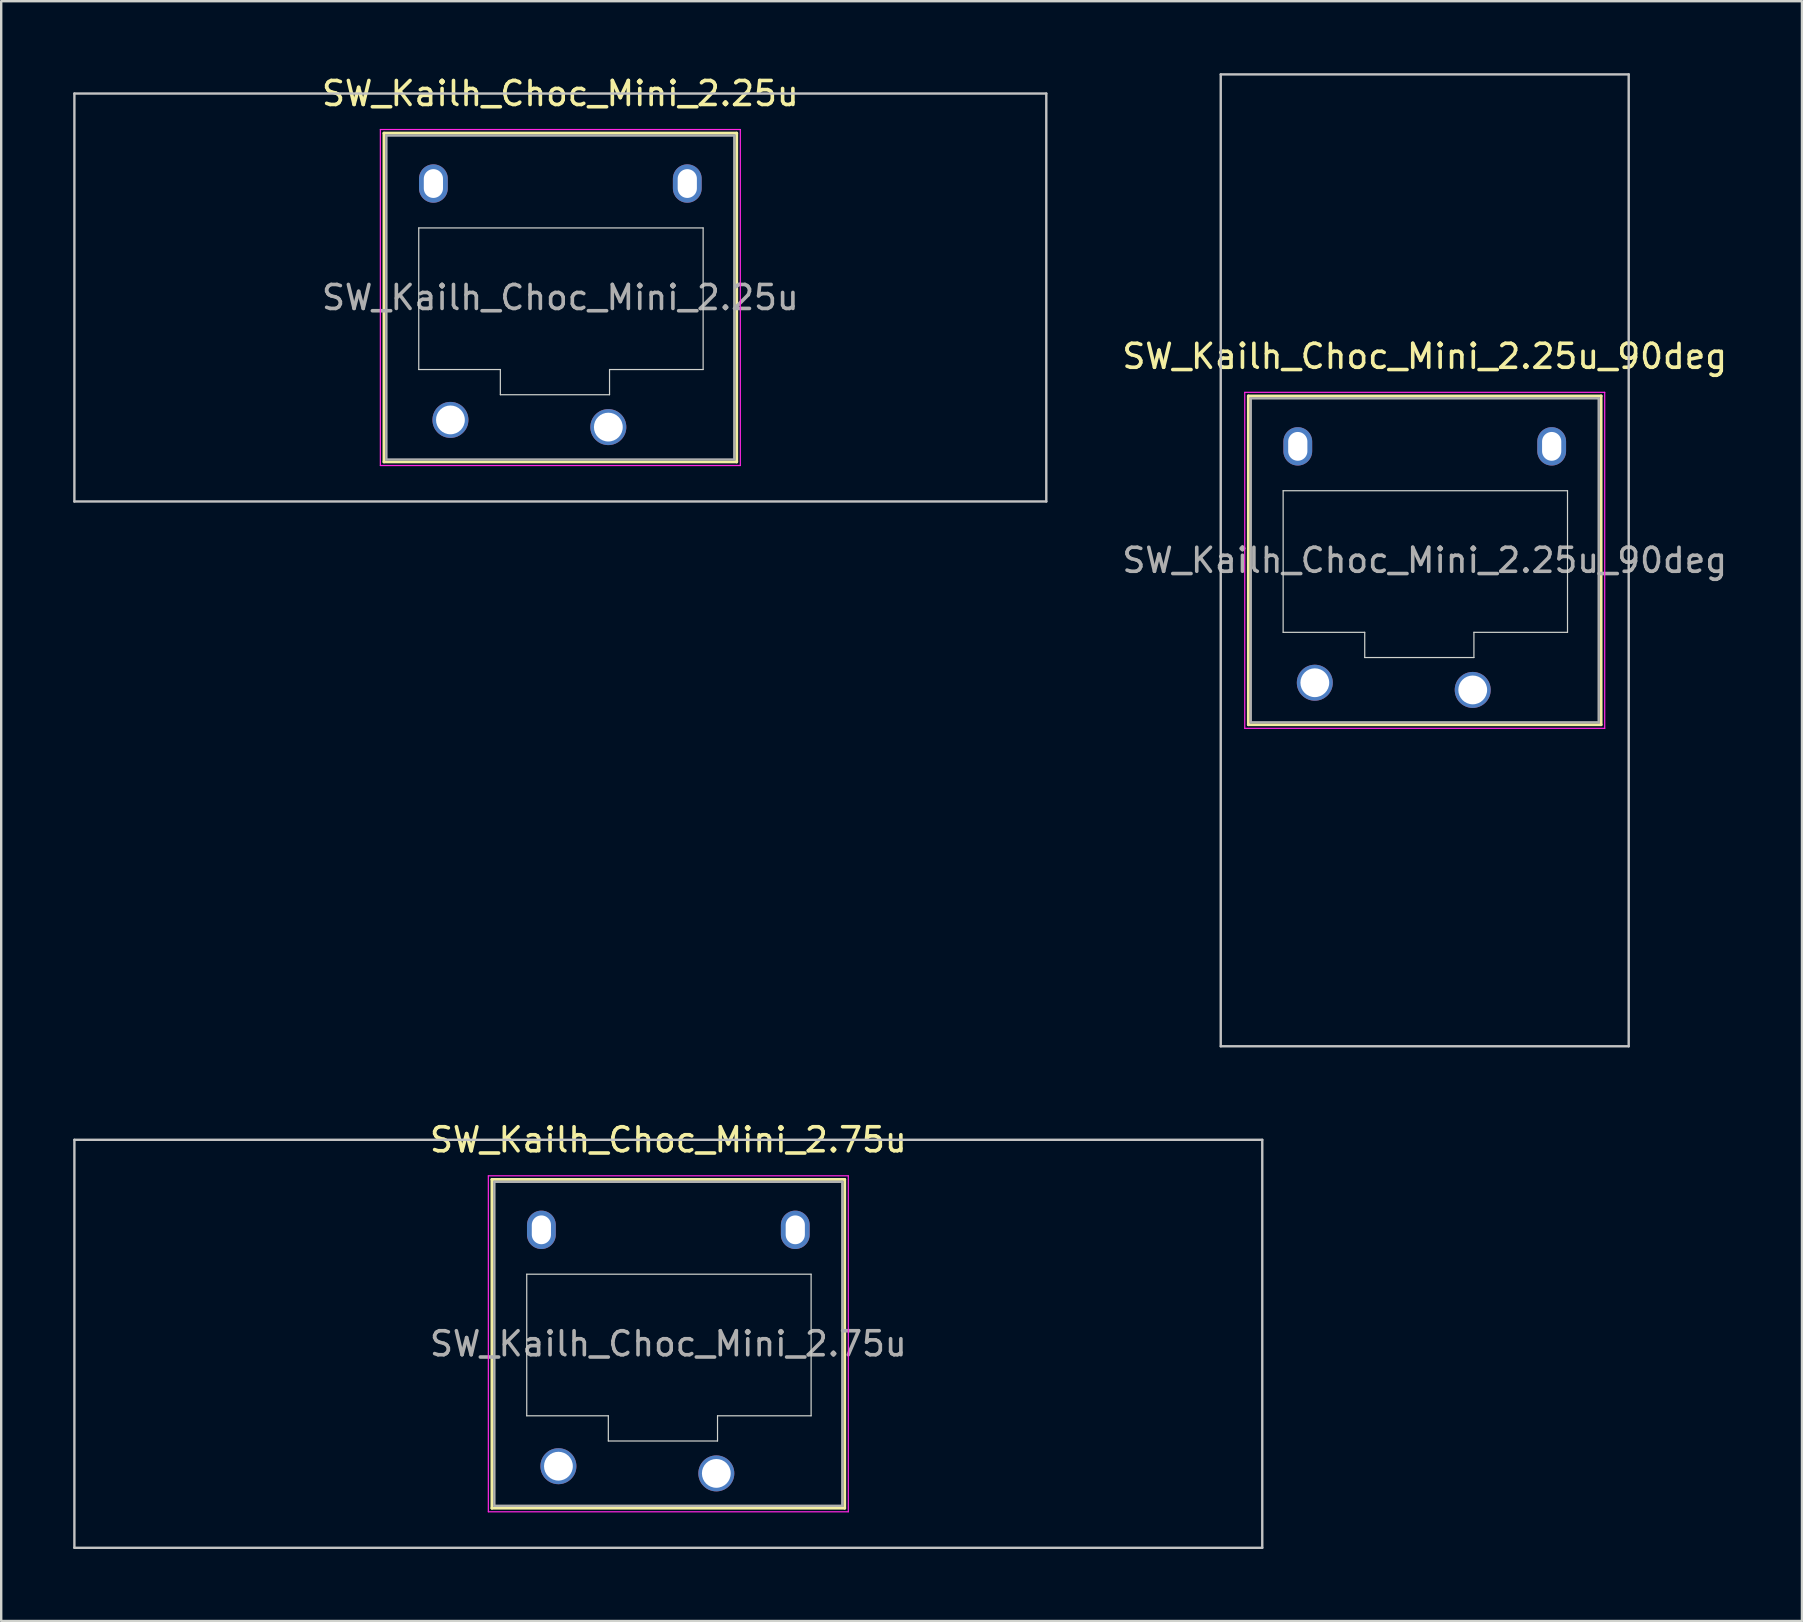
<source format=kicad_pcb>
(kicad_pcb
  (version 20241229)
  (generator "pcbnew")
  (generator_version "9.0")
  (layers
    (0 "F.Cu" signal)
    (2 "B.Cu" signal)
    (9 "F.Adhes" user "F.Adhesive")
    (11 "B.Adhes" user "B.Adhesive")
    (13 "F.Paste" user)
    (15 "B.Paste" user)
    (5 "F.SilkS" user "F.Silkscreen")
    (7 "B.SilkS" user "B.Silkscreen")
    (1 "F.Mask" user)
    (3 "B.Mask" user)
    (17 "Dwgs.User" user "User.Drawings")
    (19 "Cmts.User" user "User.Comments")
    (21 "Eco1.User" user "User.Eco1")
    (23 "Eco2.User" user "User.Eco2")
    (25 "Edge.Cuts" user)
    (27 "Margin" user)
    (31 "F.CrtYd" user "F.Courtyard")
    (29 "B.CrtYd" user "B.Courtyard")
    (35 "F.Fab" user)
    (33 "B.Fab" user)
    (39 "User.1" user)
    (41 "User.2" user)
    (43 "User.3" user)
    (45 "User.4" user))
  (footprint "SW_Kailh_Choc_Mini_2.25u"
    (layer "F.Cu")
    (at 20.3 9.348)
    (property "Reference" "SW_Kailh_Choc_Mini_2.25u" (at 0 -8.5 0) (layer "F.SilkS") (effects (font (size 1 1) (thickness 0.15))))
    (attr through_hole)
    (fp_line (start -7.35 -6.85) (end -7.35 6.85) (stroke (width 0.12) (type solid)) (layer "F.SilkS"))
    (fp_line (start -7.35 6.85) (end 7.35 6.85) (stroke (width 0.12) (type solid)) (layer "F.SilkS"))
    (fp_line (start 7.35 -6.85) (end -7.35 -6.85) (stroke (width 0.12) (type solid)) (layer "F.SilkS"))
    (fp_line (start 7.35 6.85) (end 7.35 -6.85) (stroke (width 0.12) (type solid)) (layer "F.SilkS"))
    (fp_line (start -20.25 -8.5) (end -20.25 8.5) (stroke (width 0.1) (type solid)) (layer "Dwgs.User"))
    (fp_line (start -20.25 8.5) (end 20.25 8.5) (stroke (width 0.1) (type solid)) (layer "Dwgs.User"))
    (fp_line (start 20.25 -8.5) (end -20.25 -8.5) (stroke (width 0.1) (type solid)) (layer "Dwgs.User"))
    (fp_line (start 20.25 8.5) (end 20.25 -8.5) (stroke (width 0.1) (type solid)) (layer "Dwgs.User"))
    (fp_line (start -6.85 -6.35) (end -6.85 6.35) (stroke (width 0.1) (type solid)) (layer "Eco1.User"))
    (fp_line (start -6.85 6.35) (end 6.85 6.35) (stroke (width 0.1) (type solid)) (layer "Eco1.User"))
    (fp_line (start 6.85 -6.35) (end -6.85 -6.35) (stroke (width 0.1) (type solid)) (layer "Eco1.User"))
    (fp_line (start 6.85 6.35) (end 6.85 -6.35) (stroke (width 0.1) (type solid)) (layer "Eco1.User"))
    (fp_line (start -5.9 -2.9) (end -5.9 3) (stroke (width 0.05) (type solid)) (layer "Edge.Cuts"))
    (fp_line (start -5.9 3) (end -2.5 3) (stroke (width 0.05) (type solid)) (layer "Edge.Cuts"))
    (fp_line (start -2.5 3) (end -2.5 4.05) (stroke (width 0.05) (type solid)) (layer "Edge.Cuts"))
    (fp_line (start -2.5 4.05) (end 2.05 4.05) (stroke (width 0.05) (type solid)) (layer "Edge.Cuts"))
    (fp_line (start 2.05 3) (end 5.95 3) (stroke (width 0.05) (type solid)) (layer "Edge.Cuts"))
    (fp_line (start 2.05 4.05) (end 2.05 3) (stroke (width 0.05) (type solid)) (layer "Edge.Cuts"))
    (fp_line (start 5.95 -2.9) (end -5.9 -2.9) (stroke (width 0.05) (type solid)) (layer "Edge.Cuts"))
    (fp_line (start 5.95 3) (end 5.95 -2.9) (stroke (width 0.05) (type solid)) (layer "Edge.Cuts"))
    (fp_line (start -7.5 -7) (end -7.5 7) (stroke (width 0.05) (type solid)) (layer "F.CrtYd"))
    (fp_line (start -7.5 7) (end 7.5 7) (stroke (width 0.05) (type solid)) (layer "F.CrtYd"))
    (fp_line (start 7.5 -7) (end -7.5 -7) (stroke (width 0.05) (type solid)) (layer "F.CrtYd"))
    (fp_line (start 7.5 7) (end 7.5 -7) (stroke (width 0.05) (type solid)) (layer "F.CrtYd"))
    (fp_line (start -7.25 -6.75) (end -7.25 6.75) (stroke (width 0.1) (type solid)) (layer "F.Fab"))
    (fp_line (start -7.25 6.75) (end 7.25 6.75) (stroke (width 0.1) (type solid)) (layer "F.Fab"))
    (fp_line (start 7.25 -6.75) (end -7.25 -6.75) (stroke (width 0.1) (type solid)) (layer "F.Fab"))
    (fp_line (start 7.25 6.75) (end 7.25 -6.75) (stroke (width 0.1) (type solid)) (layer "F.Fab"))
    (fp_text user "${REFERENCE}" (at 0 0 0) (layer "F.Fab") (effects (font (size 1 1) (thickness 0.15))))
    (pad "" np_thru_hole oval (at -5.29 -4.75) (size 1.2 1.6) (drill oval 0.8 1.2) (layers "*.Cu" "*.Mask"))
    (pad "" smd circle (at -4.58 5.1) (size 1.25 1.25) (layers "F.Mask"))
    (pad "" smd circle (at 2 5.4) (size 1.25 1.25) (layers "F.Mask"))
    (pad "" np_thru_hole oval (at 5.29 -4.75) (size 1.2 1.6) (drill oval 0.8 1.2) (layers "*.Cu" "*.Mask"))
    (pad "1" thru_hole circle (at 2 5.4) (size 1.5 1.5) (drill 1.2) (layers "*.Cu" "B.Mask"))
    (pad "2" thru_hole circle (at -4.58 5.1) (size 1.5 1.5) (drill 1.2) (layers "*.Cu" "B.Mask")))
  (footprint "SW_Kailh_Choc_Mini_2.75u"
    (layer "F.Cu")
    (at 24.8 52.948)
    (property "Reference" "SW_Kailh_Choc_Mini_2.75u" (at 0 -8.5 0) (layer "F.SilkS") (effects (font (size 1 1) (thickness 0.15))))
    (attr through_hole)
    (fp_line (start -7.35 -6.85) (end -7.35 6.85) (stroke (width 0.12) (type solid)) (layer "F.SilkS"))
    (fp_line (start -7.35 6.85) (end 7.35 6.85) (stroke (width 0.12) (type solid)) (layer "F.SilkS"))
    (fp_line (start 7.35 -6.85) (end -7.35 -6.85) (stroke (width 0.12) (type solid)) (layer "F.SilkS"))
    (fp_line (start 7.35 6.85) (end 7.35 -6.85) (stroke (width 0.12) (type solid)) (layer "F.SilkS"))
    (fp_line (start -24.75 -8.5) (end -24.75 8.5) (stroke (width 0.1) (type solid)) (layer "Dwgs.User"))
    (fp_line (start -24.75 8.5) (end 24.75 8.5) (stroke (width 0.1) (type solid)) (layer "Dwgs.User"))
    (fp_line (start 24.75 -8.5) (end -24.75 -8.5) (stroke (width 0.1) (type solid)) (layer "Dwgs.User"))
    (fp_line (start 24.75 8.5) (end 24.75 -8.5) (stroke (width 0.1) (type solid)) (layer "Dwgs.User"))
    (fp_line (start -6.85 -6.35) (end -6.85 6.35) (stroke (width 0.1) (type solid)) (layer "Eco1.User"))
    (fp_line (start -6.85 6.35) (end 6.85 6.35) (stroke (width 0.1) (type solid)) (layer "Eco1.User"))
    (fp_line (start 6.85 -6.35) (end -6.85 -6.35) (stroke (width 0.1) (type solid)) (layer "Eco1.User"))
    (fp_line (start 6.85 6.35) (end 6.85 -6.35) (stroke (width 0.1) (type solid)) (layer "Eco1.User"))
    (fp_line (start -5.9 -2.9) (end -5.9 3) (stroke (width 0.05) (type solid)) (layer "Edge.Cuts"))
    (fp_line (start -5.9 3) (end -2.5 3) (stroke (width 0.05) (type solid)) (layer "Edge.Cuts"))
    (fp_line (start -2.5 3) (end -2.5 4.05) (stroke (width 0.05) (type solid)) (layer "Edge.Cuts"))
    (fp_line (start -2.5 4.05) (end 2.05 4.05) (stroke (width 0.05) (type solid)) (layer "Edge.Cuts"))
    (fp_line (start 2.05 3) (end 5.95 3) (stroke (width 0.05) (type solid)) (layer "Edge.Cuts"))
    (fp_line (start 2.05 4.05) (end 2.05 3) (stroke (width 0.05) (type solid)) (layer "Edge.Cuts"))
    (fp_line (start 5.95 -2.9) (end -5.9 -2.9) (stroke (width 0.05) (type solid)) (layer "Edge.Cuts"))
    (fp_line (start 5.95 3) (end 5.95 -2.9) (stroke (width 0.05) (type solid)) (layer "Edge.Cuts"))
    (fp_line (start -7.5 -7) (end -7.5 7) (stroke (width 0.05) (type solid)) (layer "F.CrtYd"))
    (fp_line (start -7.5 7) (end 7.5 7) (stroke (width 0.05) (type solid)) (layer "F.CrtYd"))
    (fp_line (start 7.5 -7) (end -7.5 -7) (stroke (width 0.05) (type solid)) (layer "F.CrtYd"))
    (fp_line (start 7.5 7) (end 7.5 -7) (stroke (width 0.05) (type solid)) (layer "F.CrtYd"))
    (fp_line (start -7.25 -6.75) (end -7.25 6.75) (stroke (width 0.1) (type solid)) (layer "F.Fab"))
    (fp_line (start -7.25 6.75) (end 7.25 6.75) (stroke (width 0.1) (type solid)) (layer "F.Fab"))
    (fp_line (start 7.25 -6.75) (end -7.25 -6.75) (stroke (width 0.1) (type solid)) (layer "F.Fab"))
    (fp_line (start 7.25 6.75) (end 7.25 -6.75) (stroke (width 0.1) (type solid)) (layer "F.Fab"))
    (fp_text user "${REFERENCE}" (at 0 0 0) (layer "F.Fab") (effects (font (size 1 1) (thickness 0.15))))
    (pad "" np_thru_hole oval (at -5.29 -4.75) (size 1.2 1.6) (drill oval 0.8 1.2) (layers "*.Cu" "*.Mask"))
    (pad "" smd circle (at -4.58 5.1) (size 1.25 1.25) (layers "F.Mask"))
    (pad "" smd circle (at 2 5.4) (size 1.25 1.25) (layers "F.Mask"))
    (pad "" np_thru_hole oval (at 5.29 -4.75) (size 1.2 1.6) (drill oval 0.8 1.2) (layers "*.Cu" "*.Mask"))
    (pad "1" thru_hole circle (at 2 5.4) (size 1.5 1.5) (drill 1.2) (layers "*.Cu" "B.Mask"))
    (pad "2" thru_hole circle (at -4.58 5.1) (size 1.5 1.5) (drill 1.2) (layers "*.Cu" "B.Mask")))
  (footprint "SW_Kailh_Choc_Mini_2.25u_90deg"
    (layer "F.Cu")
    (at 56.32 20.3)
    (property "Reference" "SW_Kailh_Choc_Mini_2.25u_90deg" (at 0 -8.5 0) (layer "F.SilkS") (effects (font (size 1 1) (thickness 0.15))))
    (attr through_hole)
    (fp_line (start -7.35 -6.85) (end -7.35 6.85) (stroke (width 0.12) (type solid)) (layer "F.SilkS"))
    (fp_line (start -7.35 6.85) (end 7.35 6.85) (stroke (width 0.12) (type solid)) (layer "F.SilkS"))
    (fp_line (start 7.35 -6.85) (end -7.35 -6.85) (stroke (width 0.12) (type solid)) (layer "F.SilkS"))
    (fp_line (start 7.35 6.85) (end 7.35 -6.85) (stroke (width 0.12) (type solid)) (layer "F.SilkS"))
    (fp_line (start -8.5 -20.25) (end 8.5 -20.25) (stroke (width 0.1) (type solid)) (layer "Dwgs.User"))
    (fp_line (start -8.5 20.25) (end -8.5 -20.25) (stroke (width 0.1) (type solid)) (layer "Dwgs.User"))
    (fp_line (start 8.5 -20.25) (end 8.5 20.25) (stroke (width 0.1) (type solid)) (layer "Dwgs.User"))
    (fp_line (start 8.5 20.25) (end -8.5 20.25) (stroke (width 0.1) (type solid)) (layer "Dwgs.User"))
    (fp_line (start -6.85 -6.35) (end -6.85 6.35) (stroke (width 0.1) (type solid)) (layer "Eco1.User"))
    (fp_line (start -6.85 6.35) (end 6.85 6.35) (stroke (width 0.1) (type solid)) (layer "Eco1.User"))
    (fp_line (start 6.85 -6.35) (end -6.85 -6.35) (stroke (width 0.1) (type solid)) (layer "Eco1.User"))
    (fp_line (start 6.85 6.35) (end 6.85 -6.35) (stroke (width 0.1) (type solid)) (layer "Eco1.User"))
    (fp_line (start -5.9 -2.9) (end -5.9 3) (stroke (width 0.05) (type solid)) (layer "Edge.Cuts"))
    (fp_line (start -5.9 3) (end -2.5 3) (stroke (width 0.05) (type solid)) (layer "Edge.Cuts"))
    (fp_line (start -2.5 3) (end -2.5 4.05) (stroke (width 0.05) (type solid)) (layer "Edge.Cuts"))
    (fp_line (start -2.5 4.05) (end 2.05 4.05) (stroke (width 0.05) (type solid)) (layer "Edge.Cuts"))
    (fp_line (start 2.05 3) (end 5.95 3) (stroke (width 0.05) (type solid)) (layer "Edge.Cuts"))
    (fp_line (start 2.05 4.05) (end 2.05 3) (stroke (width 0.05) (type solid)) (layer "Edge.Cuts"))
    (fp_line (start 5.95 -2.9) (end -5.9 -2.9) (stroke (width 0.05) (type solid)) (layer "Edge.Cuts"))
    (fp_line (start 5.95 3) (end 5.95 -2.9) (stroke (width 0.05) (type solid)) (layer "Edge.Cuts"))
    (fp_line (start -7.5 -7) (end -7.5 7) (stroke (width 0.05) (type solid)) (layer "F.CrtYd"))
    (fp_line (start -7.5 7) (end 7.5 7) (stroke (width 0.05) (type solid)) (layer "F.CrtYd"))
    (fp_line (start 7.5 -7) (end -7.5 -7) (stroke (width 0.05) (type solid)) (layer "F.CrtYd"))
    (fp_line (start 7.5 7) (end 7.5 -7) (stroke (width 0.05) (type solid)) (layer "F.CrtYd"))
    (fp_line (start -7.25 -6.75) (end -7.25 6.75) (stroke (width 0.1) (type solid)) (layer "F.Fab"))
    (fp_line (start -7.25 6.75) (end 7.25 6.75) (stroke (width 0.1) (type solid)) (layer "F.Fab"))
    (fp_line (start 7.25 -6.75) (end -7.25 -6.75) (stroke (width 0.1) (type solid)) (layer "F.Fab"))
    (fp_line (start 7.25 6.75) (end 7.25 -6.75) (stroke (width 0.1) (type solid)) (layer "F.Fab"))
    (fp_text user "${REFERENCE}" (at 0 0 0) (layer "F.Fab") (effects (font (size 1 1) (thickness 0.15))))
    (pad "" np_thru_hole oval (at -5.29 -4.75) (size 1.2 1.6) (drill oval 0.8 1.2) (layers "*.Cu" "*.Mask"))
    (pad "" smd circle (at -4.58 5.1) (size 1.25 1.25) (layers "F.Mask"))
    (pad "" smd circle (at 2 5.4) (size 1.25 1.25) (layers "F.Mask"))
    (pad "" np_thru_hole oval (at 5.29 -4.75) (size 1.2 1.6) (drill oval 0.8 1.2) (layers "*.Cu" "*.Mask"))
    (pad "1" thru_hole circle (at 2 5.4) (size 1.5 1.5) (drill 1.2) (layers "*.Cu" "B.Mask"))
    (pad "2" thru_hole circle (at -4.58 5.1) (size 1.5 1.5) (drill 1.2) (layers "*.Cu" "B.Mask")))
  (gr_rect
    (start -3 -3)
    (end 72.04 64.498)
    (stroke (width 0.1) (type default))
    (fill no)
    (layer "Edge.Cuts")))
</source>
